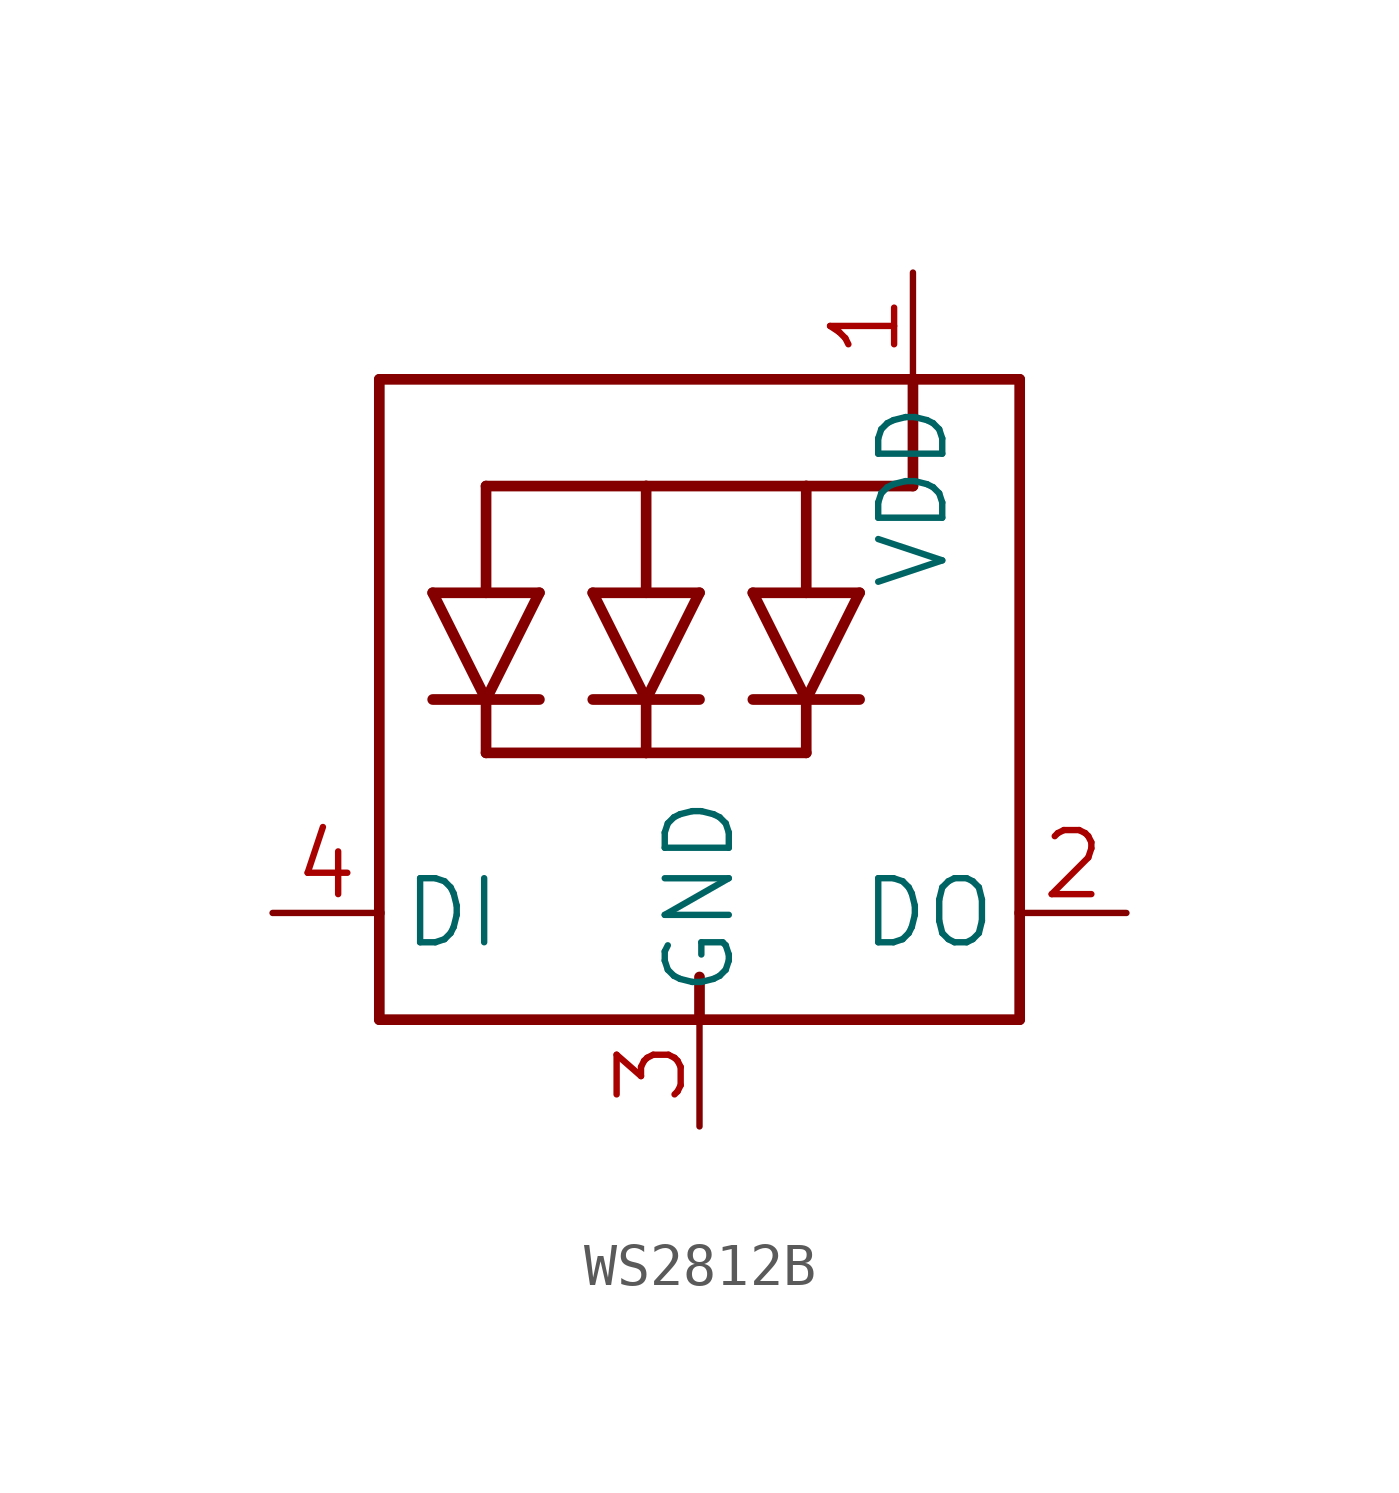
<source format=kicad_sym>
(kicad_symbol_lib
  (version 20241209)
  (generator "kicad_symbol_editor")
  (generator_version "9.0")
  (symbol "WS2812B"
    (property "Reference" "LED"
      (at 0 0 0)
      (effects (font (size 1.27 1.27)) (hide yes)))
    (property "ki_locked" ""
      (at 0 0 0)
      (effects (font (size 1.27 1.27))))
    (symbol "WS2812B_1_0"
      (polyline (pts (xy -7.62 10.16) (xy -7.62 -2.54)) (stroke (width 0.254) (type solid)) (fill (type none)))
      (polyline (pts (xy -7.62 -2.54) (xy -7.62 -5.08)) (stroke (width 0.254) (type solid)) (fill (type none)))
      (polyline (pts (xy -7.62 -5.08) (xy 0 -5.08)) (stroke (width 0.254) (type solid)) (fill (type none)))
      (polyline (pts (xy -6.35 5.08) (xy -5.08 5.08)) (stroke (width 0.254) (type solid)) (fill (type none)))
      (polyline (pts (xy -6.35 2.54) (xy -5.08 2.54)) (stroke (width 0.254) (type solid)) (fill (type none)))
      (polyline (pts (xy -5.08 7.62) (xy -5.08 5.08)) (stroke (width 0.254) (type solid)) (fill (type none)))
      (polyline (pts (xy -5.08 5.08) (xy -3.81 5.08)) (stroke (width 0.254) (type solid)) (fill (type none)))
      (polyline (pts (xy -5.08 2.54) (xy -6.35 5.08)) (stroke (width 0.254) (type solid)) (fill (type none)))
      (polyline (pts (xy -5.08 2.54) (xy -5.08 1.27)) (stroke (width 0.254) (type solid)) (fill (type none)))
      (polyline (pts (xy -5.08 2.54) (xy -3.81 5.08)) (stroke (width 0.254) (type solid)) (fill (type none)))
      (polyline (pts (xy -3.81 2.54) (xy -5.08 2.54)) (stroke (width 0.254) (type solid)) (fill (type none)))
      (polyline (pts (xy -2.54 5.08) (xy 0 5.08)) (stroke (width 0.254) (type solid)) (fill (type none)))
      (polyline (pts (xy -2.54 2.54) (xy -1.27 2.54)) (stroke (width 0.254) (type solid)) (fill (type none)))
      (polyline (pts (xy -1.27 7.62) (xy -5.08 7.62)) (stroke (width 0.254) (type solid)) (fill (type none)))
      (polyline (pts (xy -1.27 5.08) (xy -1.27 7.62)) (stroke (width 0.254) (type solid)) (fill (type none)))
      (polyline (pts (xy -1.27 2.54) (xy -2.54 5.08)) (stroke (width 0.254) (type solid)) (fill (type none)))
      (polyline (pts (xy -1.27 2.54) (xy -1.27 1.27)) (stroke (width 0.254) (type solid)) (fill (type none)))
      (polyline (pts (xy -1.27 2.54) (xy 0 2.54)) (stroke (width 0.254) (type solid)) (fill (type none)))
      (polyline (pts (xy -1.27 1.27) (xy -5.08 1.27)) (stroke (width 0.254) (type solid)) (fill (type none)))
      (polyline (pts (xy 0 5.08) (xy -1.27 2.54)) (stroke (width 0.254) (type solid)) (fill (type none)))
      (polyline (pts (xy 0 -4.064) (xy 0 -5.08)) (stroke (width 0.254) (type solid)) (fill (type none)))
      (polyline (pts (xy 0 -5.08) (xy 7.62 -5.08)) (stroke (width 0.254) (type solid)) (fill (type none)))
      (polyline (pts (xy 1.27 5.08) (xy 2.54 5.08)) (stroke (width 0.254) (type solid)) (fill (type none)))
      (polyline (pts (xy 1.27 5.08) (xy 2.54 2.54)) (stroke (width 0.254) (type solid)) (fill (type none)))
      (polyline (pts (xy 2.54 7.62) (xy -1.27 7.62)) (stroke (width 0.254) (type solid)) (fill (type none)))
      (polyline (pts (xy 2.54 7.62) (xy 5.08 7.62)) (stroke (width 0.254) (type solid)) (fill (type none)))
      (polyline (pts (xy 2.54 5.08) (xy 2.54 7.62)) (stroke (width 0.254) (type solid)) (fill (type none)))
      (polyline (pts (xy 2.54 2.54) (xy 1.27 2.54)) (stroke (width 0.254) (type solid)) (fill (type none)))
      (polyline (pts (xy 2.54 2.54) (xy 2.54 1.27)) (stroke (width 0.254) (type solid)) (fill (type none)))
      (polyline (pts (xy 2.54 2.54) (xy 3.81 5.08)) (stroke (width 0.254) (type solid)) (fill (type none)))
      (polyline (pts (xy 2.54 2.54) (xy 3.81 2.54)) (stroke (width 0.254) (type solid)) (fill (type none)))
      (polyline (pts (xy 2.54 1.27) (xy -1.27 1.27)) (stroke (width 0.254) (type solid)) (fill (type none)))
      (polyline (pts (xy 3.81 5.08) (xy 2.54 5.08)) (stroke (width 0.254) (type solid)) (fill (type none)))
      (polyline (pts (xy 5.08 10.16) (xy -7.62 10.16)) (stroke (width 0.254) (type solid)) (fill (type none)))
      (polyline (pts (xy 5.08 10.16) (xy 5.08 7.62)) (stroke (width 0.254) (type solid)) (fill (type none)))
      (polyline (pts (xy 7.62 10.16) (xy 5.08 10.16)) (stroke (width 0.254) (type solid)) (fill (type none)))
      (polyline (pts (xy 7.62 -2.54) (xy 7.62 10.16)) (stroke (width 0.254) (type solid)) (fill (type none)))
      (polyline (pts (xy 7.62 -5.08) (xy 7.62 -2.54)) (stroke (width 0.254) (type solid)) (fill (type none)))
      (pin input line (at -10.16 -2.54 0) (length 2.54) (name "DI" (effects (font (size 1.524 1.524)))) (number "4" (effects (font (size 1.524 1.524)))))
      (pin power_in line (at 0 -7.62 90) (length 2.54) (name "GND" (effects (font (size 1.524 1.524)))) (number "3" (effects (font (size 1.524 1.524)))))
      (pin power_in line (at 5.08 12.7 270) (length 2.54) (name "VDD" (effects (font (size 1.524 1.524)))) (number "1" (effects (font (size 1.524 1.524)))))
      (pin output line (at 10.16 -2.54 180) (length 2.54) (name "DO" (effects (font (size 1.524 1.524)))) (number "2" (effects (font (size 1.524 1.524))))))))
</source>
